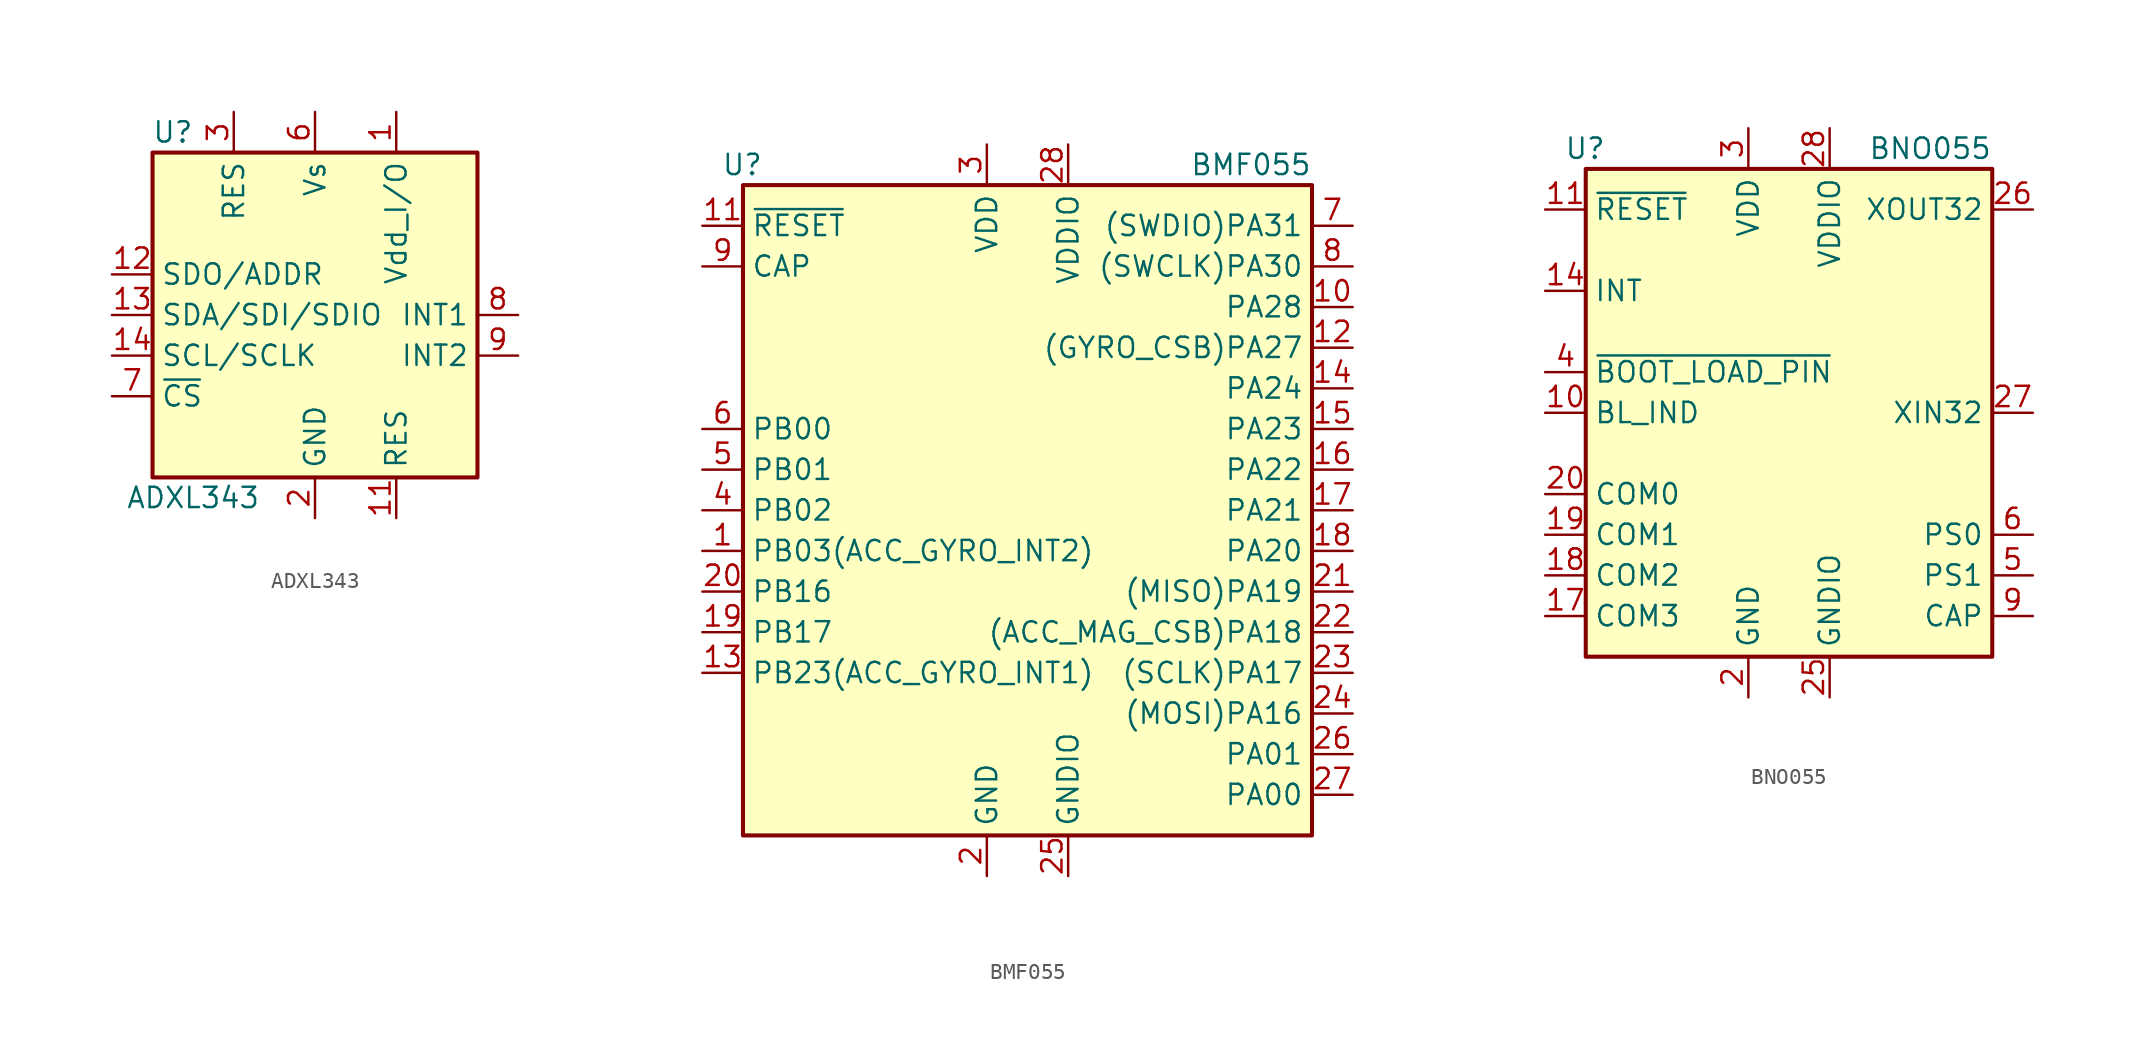
<source format=kicad_sym>
(kicad_symbol_lib
  (version 20201005)
  (generator kicad_symbol_editor)
  (symbol "ADXL343"
    (property "Reference" "U"
      (at -8.89 11.43 0)
      (effects (font (size 1.27 1.27))))
    (property "Value" "ADXL343"
      (at -7.62 -11.43 0)
      (effects (font (size 1.27 1.27))))
    (symbol "ADXL343_0_1"
      (rectangle (start -10.16 10.16) (end 10.16 -10.16) (stroke (width 0.254)) (fill (type background))))
    (symbol "ADXL343_1_1"
      (pin power_in line (at 5.08 12.7 270) (length 2.54) (name "Vdd_I/O" (effects (font (size 1.27 1.27)))) (number "1" (effects (font (size 1.27 1.27)))))
      (pin no_connect line (at -5.08 -10.16 90) (length 2.54) hide (name "NC" (effects (font (size 1.27 1.27)))) (number "10" (effects (font (size 1.27 1.27)))))
      (pin passive line (at 5.08 -12.7 90) (length 2.54) (name "RES" (effects (font (size 1.27 1.27)))) (number "11" (effects (font (size 1.27 1.27)))))
      (pin bidirectional line (at -12.7 2.54 0) (length 2.54) (name "SDO/ADDR" (effects (font (size 1.27 1.27)))) (number "12" (effects (font (size 1.27 1.27)))))
      (pin bidirectional line (at -12.7 0 0) (length 2.54) (name "SDA/SDI/SDIO" (effects (font (size 1.27 1.27)))) (number "13" (effects (font (size 1.27 1.27)))))
      (pin input line (at -12.7 -2.54 0) (length 2.54) (name "SCL/SCLK" (effects (font (size 1.27 1.27)))) (number "14" (effects (font (size 1.27 1.27)))))
      (pin power_in line (at 0 -12.7 90) (length 2.54) (name "GND" (effects (font (size 1.27 1.27)))) (number "2" (effects (font (size 1.27 1.27)))))
      (pin passive line (at -5.08 12.7 270) (length 2.54) (name "RES" (effects (font (size 1.27 1.27)))) (number "3" (effects (font (size 1.27 1.27)))))
      (pin passive line (at 0 -12.7 90) (length 2.54) hide (name "GND" (effects (font (size 1.27 1.27)))) (number "4" (effects (font (size 1.27 1.27)))))
      (pin passive line (at 0 -12.7 90) (length 2.54) hide (name "GND" (effects (font (size 1.27 1.27)))) (number "5" (effects (font (size 1.27 1.27)))))
      (pin power_in line (at 0 12.7 270) (length 2.54) (name "Vs" (effects (font (size 1.27 1.27)))) (number "6" (effects (font (size 1.27 1.27)))))
      (pin input line (at -12.7 -5.08 0) (length 2.54) (name "~CS" (effects (font (size 1.27 1.27)))) (number "7" (effects (font (size 1.27 1.27)))))
      (pin output line (at 12.7 0 180) (length 2.54) (name "INT1" (effects (font (size 1.27 1.27)))) (number "8" (effects (font (size 1.27 1.27)))))
      (pin output line (at 12.7 -2.54 180) (length 2.54) (name "INT2" (effects (font (size 1.27 1.27)))) (number "9" (effects (font (size 1.27 1.27)))))))
  (symbol "BMF055"
    (property "Reference" "U"
      (at -16.51 21.59 0)
      (effects (font (size 1.27 1.27)) (justify right)))
    (property "Value" "BMF055"
      (at 17.78 21.59 0)
      (effects (font (size 1.27 1.27)) (justify right)))
    (symbol "BMF055_0_1"
      (rectangle (start -17.78 20.32) (end 17.78 -20.32) (stroke (width 0.254)) (fill (type background))))
    (symbol "BMF055_1_1"
      (pin bidirectional line (at -20.32 -2.54 0) (length 2.54) (name "PB03(ACC_GYRO_INT2)" (effects (font (size 1.27 1.27)))) (number "1" (effects (font (size 1.27 1.27)))))
      (pin bidirectional line (at 20.32 12.7 180) (length 2.54) (name "PA28" (effects (font (size 1.27 1.27)))) (number "10" (effects (font (size 1.27 1.27)))))
      (pin input line (at -20.32 17.78 0) (length 2.54) (name "~RESET" (effects (font (size 1.27 1.27)))) (number "11" (effects (font (size 1.27 1.27)))))
      (pin bidirectional line (at 20.32 10.16 180) (length 2.54) (name "(GYRO_CSB)PA27" (effects (font (size 1.27 1.27)))) (number "12" (effects (font (size 1.27 1.27)))))
      (pin bidirectional line (at -20.32 -10.16 0) (length 2.54) (name "PB23(ACC_GYRO_INT1)" (effects (font (size 1.27 1.27)))) (number "13" (effects (font (size 1.27 1.27)))))
      (pin input line (at 20.32 7.62 180) (length 2.54) (name "PA24" (effects (font (size 1.27 1.27)))) (number "14" (effects (font (size 1.27 1.27)))))
      (pin bidirectional line (at 20.32 5.08 180) (length 2.54) (name "PA23" (effects (font (size 1.27 1.27)))) (number "15" (effects (font (size 1.27 1.27)))))
      (pin bidirectional line (at 20.32 2.54 180) (length 2.54) (name "PA22" (effects (font (size 1.27 1.27)))) (number "16" (effects (font (size 1.27 1.27)))))
      (pin bidirectional line (at 20.32 0 180) (length 2.54) (name "PA21" (effects (font (size 1.27 1.27)))) (number "17" (effects (font (size 1.27 1.27)))))
      (pin bidirectional line (at 20.32 -2.54 180) (length 2.54) (name "PA20" (effects (font (size 1.27 1.27)))) (number "18" (effects (font (size 1.27 1.27)))))
      (pin bidirectional line (at -20.32 -7.62 0) (length 2.54) (name "PB17" (effects (font (size 1.27 1.27)))) (number "19" (effects (font (size 1.27 1.27)))))
      (pin power_in line (at -2.54 -22.86 90) (length 2.54) (name "GND" (effects (font (size 1.27 1.27)))) (number "2" (effects (font (size 1.27 1.27)))))
      (pin bidirectional line (at -20.32 -5.08 0) (length 2.54) (name "PB16" (effects (font (size 1.27 1.27)))) (number "20" (effects (font (size 1.27 1.27)))))
      (pin bidirectional line (at 20.32 -5.08 180) (length 2.54) (name "(MISO)PA19" (effects (font (size 1.27 1.27)))) (number "21" (effects (font (size 1.27 1.27)))))
      (pin bidirectional line (at 20.32 -7.62 180) (length 2.54) (name "(ACC_MAG_CSB)PA18" (effects (font (size 1.27 1.27)))) (number "22" (effects (font (size 1.27 1.27)))))
      (pin bidirectional line (at 20.32 -10.16 180) (length 2.54) (name "(SCLK)PA17" (effects (font (size 1.27 1.27)))) (number "23" (effects (font (size 1.27 1.27)))))
      (pin bidirectional line (at 20.32 -12.7 180) (length 2.54) (name "(MOSI)PA16" (effects (font (size 1.27 1.27)))) (number "24" (effects (font (size 1.27 1.27)))))
      (pin power_in line (at 2.54 -22.86 90) (length 2.54) (name "GNDIO" (effects (font (size 1.27 1.27)))) (number "25" (effects (font (size 1.27 1.27)))))
      (pin bidirectional line (at 20.32 -15.24 180) (length 2.54) (name "PA01" (effects (font (size 1.27 1.27)))) (number "26" (effects (font (size 1.27 1.27)))))
      (pin bidirectional line (at 20.32 -17.78 180) (length 2.54) (name "PA00" (effects (font (size 1.27 1.27)))) (number "27" (effects (font (size 1.27 1.27)))))
      (pin power_in line (at 2.54 22.86 270) (length 2.54) (name "VDDIO" (effects (font (size 1.27 1.27)))) (number "28" (effects (font (size 1.27 1.27)))))
      (pin power_in line (at -2.54 22.86 270) (length 2.54) (name "VDD" (effects (font (size 1.27 1.27)))) (number "3" (effects (font (size 1.27 1.27)))))
      (pin bidirectional line (at -20.32 0 0) (length 2.54) (name "PB02" (effects (font (size 1.27 1.27)))) (number "4" (effects (font (size 1.27 1.27)))))
      (pin bidirectional line (at -20.32 2.54 0) (length 2.54) (name "PB01" (effects (font (size 1.27 1.27)))) (number "5" (effects (font (size 1.27 1.27)))))
      (pin bidirectional line (at -20.32 5.08 0) (length 2.54) (name "PB00" (effects (font (size 1.27 1.27)))) (number "6" (effects (font (size 1.27 1.27)))))
      (pin bidirectional line (at 20.32 17.78 180) (length 2.54) (name "(SWDIO)PA31" (effects (font (size 1.27 1.27)))) (number "7" (effects (font (size 1.27 1.27)))))
      (pin bidirectional line (at 20.32 15.24 180) (length 2.54) (name "(SWCLK)PA30" (effects (font (size 1.27 1.27)))) (number "8" (effects (font (size 1.27 1.27)))))
      (pin bidirectional line (at -20.32 15.24 0) (length 2.54) (name "CAP" (effects (font (size 1.27 1.27)))) (number "9" (effects (font (size 1.27 1.27)))))))
  (symbol "BNO055"
    (property "Reference" "U"
      (at -11.43 16.51 0)
      (effects (font (size 1.27 1.27)) (justify right)))
    (property "Value" "BNO055"
      (at 12.7 16.51 0)
      (effects (font (size 1.27 1.27)) (justify right)))
    (symbol "BNO055_0_1"
      (rectangle (start -12.7 15.24) (end 12.7 -15.24) (stroke (width 0.254)) (fill (type background))))
    (symbol "BNO055_1_1"
      (pin no_connect line (at -12.7 10.16 0) (length 2.54) hide (name "PIN1" (effects (font (size 1.27 1.27)))) (number "1" (effects (font (size 1.27 1.27)))))
      (pin output line (at -15.24 0 0) (length 2.54) (name "BL_IND" (effects (font (size 1.27 1.27)))) (number "10" (effects (font (size 1.27 1.27)))))
      (pin input line (at -15.24 12.7 0) (length 2.54) (name "~RESET" (effects (font (size 1.27 1.27)))) (number "11" (effects (font (size 1.27 1.27)))))
      (pin no_connect line (at 12.7 10.16 180) (length 2.54) hide (name "PIN12" (effects (font (size 1.27 1.27)))) (number "12" (effects (font (size 1.27 1.27)))))
      (pin no_connect line (at 12.7 7.62 180) (length 2.54) hide (name "PIN13" (effects (font (size 1.27 1.27)))) (number "13" (effects (font (size 1.27 1.27)))))
      (pin output line (at -15.24 7.62 0) (length 2.54) (name "INT" (effects (font (size 1.27 1.27)))) (number "14" (effects (font (size 1.27 1.27)))))
      (pin passive line (at 2.54 -17.78 90) (length 2.54) hide (name "GNDIO" (effects (font (size 1.27 1.27)))) (number "15" (effects (font (size 1.27 1.27)))))
      (pin passive line (at 2.54 -17.78 90) (length 2.54) hide (name "GNDIO" (effects (font (size 1.27 1.27)))) (number "16" (effects (font (size 1.27 1.27)))))
      (pin input line (at -15.24 -12.7 0) (length 2.54) (name "COM3" (effects (font (size 1.27 1.27)))) (number "17" (effects (font (size 1.27 1.27)))))
      (pin bidirectional line (at -15.24 -10.16 0) (length 2.54) (name "COM2" (effects (font (size 1.27 1.27)))) (number "18" (effects (font (size 1.27 1.27)))))
      (pin bidirectional line (at -15.24 -7.62 0) (length 2.54) (name "COM1" (effects (font (size 1.27 1.27)))) (number "19" (effects (font (size 1.27 1.27)))))
      (pin power_in line (at -2.54 -17.78 90) (length 2.54) (name "GND" (effects (font (size 1.27 1.27)))) (number "2" (effects (font (size 1.27 1.27)))))
      (pin bidirectional line (at -15.24 -5.08 0) (length 2.54) (name "COM0" (effects (font (size 1.27 1.27)))) (number "20" (effects (font (size 1.27 1.27)))))
      (pin no_connect line (at 12.7 5.08 180) (length 2.54) hide (name "PIN21" (effects (font (size 1.27 1.27)))) (number "21" (effects (font (size 1.27 1.27)))))
      (pin no_connect line (at 12.7 2.54 180) (length 2.54) hide (name "PIN22" (effects (font (size 1.27 1.27)))) (number "22" (effects (font (size 1.27 1.27)))))
      (pin no_connect line (at 12.7 -2.54 180) (length 2.54) hide (name "PIN23" (effects (font (size 1.27 1.27)))) (number "23" (effects (font (size 1.27 1.27)))))
      (pin no_connect line (at 12.7 -5.08 180) (length 2.54) hide (name "PIN24" (effects (font (size 1.27 1.27)))) (number "24" (effects (font (size 1.27 1.27)))))
      (pin power_in line (at 2.54 -17.78 90) (length 2.54) (name "GNDIO" (effects (font (size 1.27 1.27)))) (number "25" (effects (font (size 1.27 1.27)))))
      (pin output line (at 15.24 12.7 180) (length 2.54) (name "XOUT32" (effects (font (size 1.27 1.27)))) (number "26" (effects (font (size 1.27 1.27)))))
      (pin input line (at 15.24 0 180) (length 2.54) (name "XIN32" (effects (font (size 1.27 1.27)))) (number "27" (effects (font (size 1.27 1.27)))))
      (pin power_in line (at 2.54 17.78 270) (length 2.54) (name "VDDIO" (effects (font (size 1.27 1.27)))) (number "28" (effects (font (size 1.27 1.27)))))
      (pin power_in line (at -2.54 17.78 270) (length 2.54) (name "VDD" (effects (font (size 1.27 1.27)))) (number "3" (effects (font (size 1.27 1.27)))))
      (pin input line (at -15.24 2.54 0) (length 2.54) (name "~BOOT_LOAD_PIN" (effects (font (size 1.27 1.27)))) (number "4" (effects (font (size 1.27 1.27)))))
      (pin input line (at 15.24 -10.16 180) (length 2.54) (name "PS1" (effects (font (size 1.27 1.27)))) (number "5" (effects (font (size 1.27 1.27)))))
      (pin input line (at 15.24 -7.62 180) (length 2.54) (name "PS0" (effects (font (size 1.27 1.27)))) (number "6" (effects (font (size 1.27 1.27)))))
      (pin no_connect line (at -12.7 5.08 0) (length 2.54) hide (name "PIN7" (effects (font (size 1.27 1.27)))) (number "7" (effects (font (size 1.27 1.27)))))
      (pin no_connect line (at -12.7 -2.54 0) (length 2.54) hide (name "PIN8" (effects (font (size 1.27 1.27)))) (number "8" (effects (font (size 1.27 1.27)))))
      (pin passive line (at 15.24 -12.7 180) (length 2.54) (name "CAP" (effects (font (size 1.27 1.27)))) (number "9" (effects (font (size 1.27 1.27))))))))
</source>
